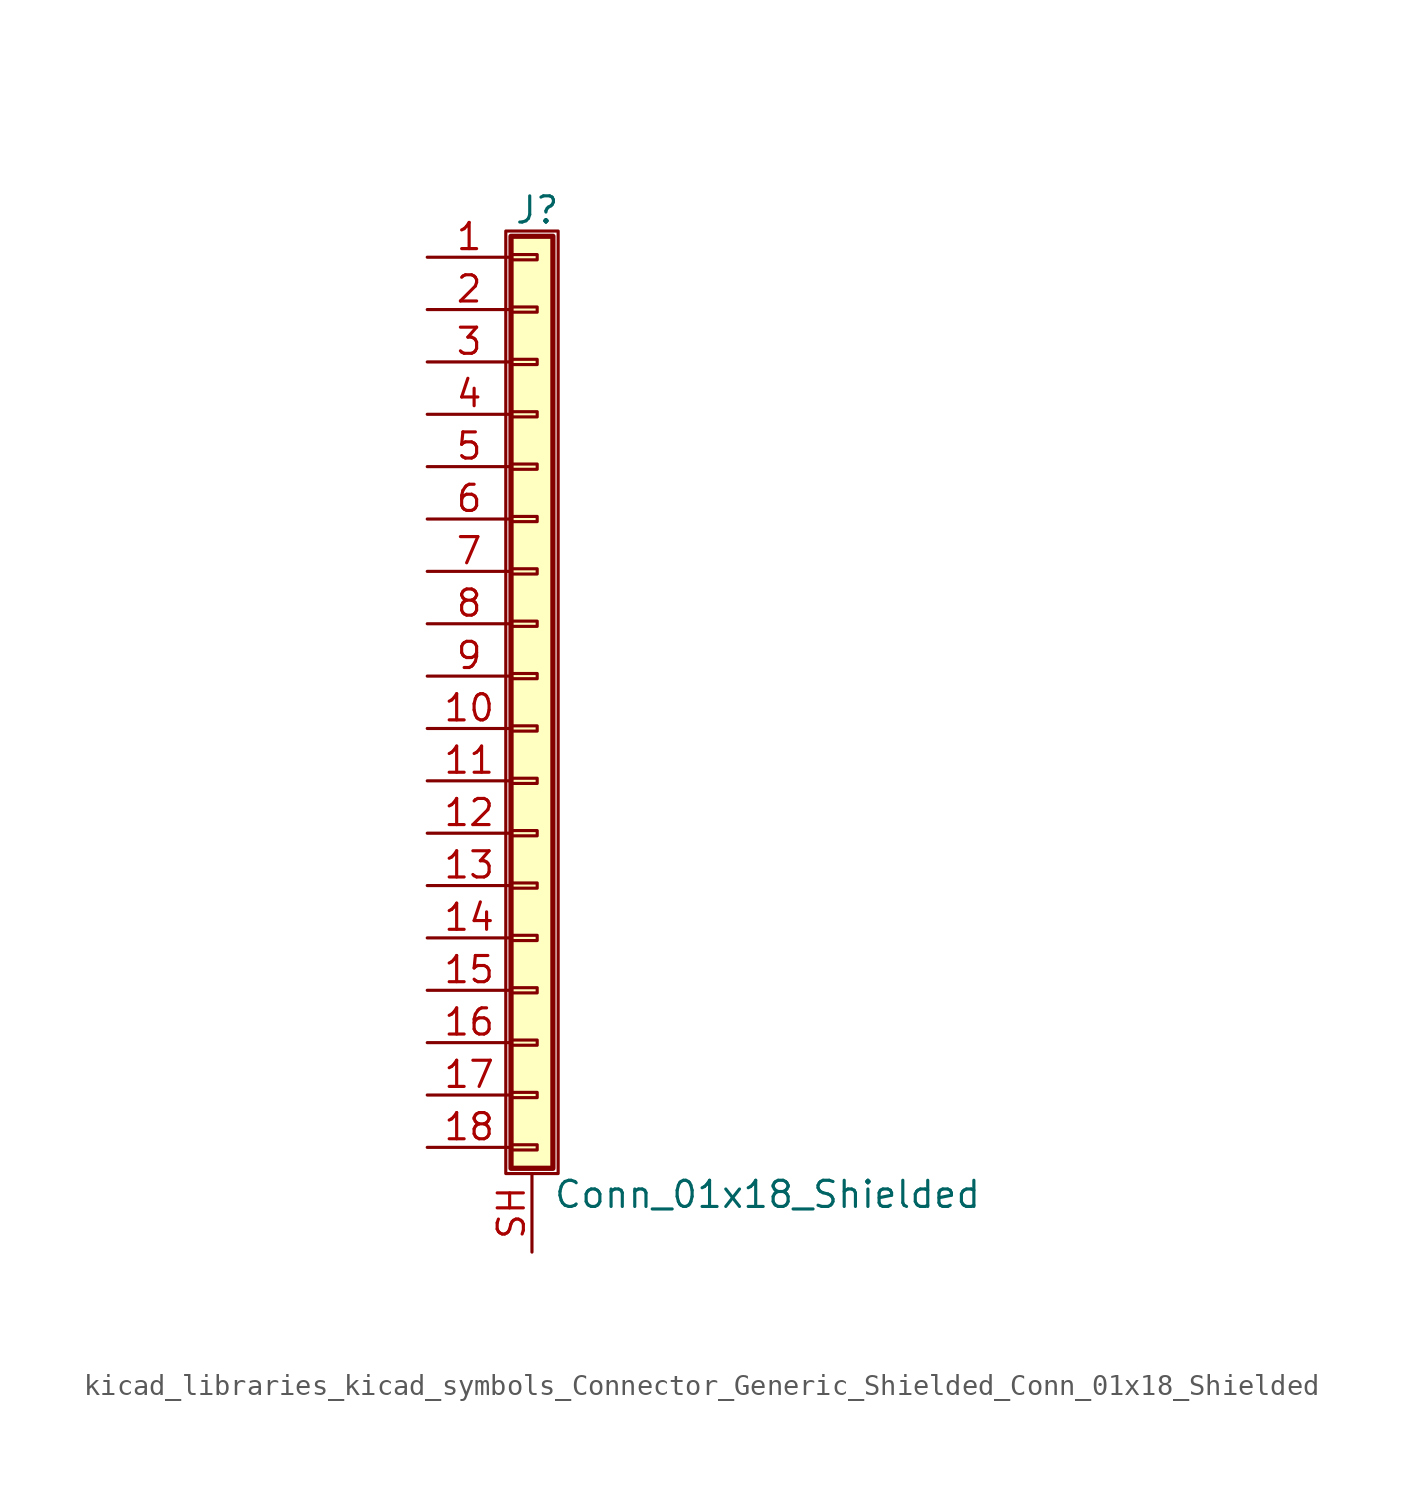
<source format=kicad_sym>
(kicad_symbol_lib
  (version 20220914)
  (generator kicad_symbol_editor)
  (symbol "kicad_libraries_kicad_symbols_Connector_Generic_Shielded_Conn_01x18_Shielded"
    (pin_names
      (offset 1.016) hide)
    (property "Reference" "J"
      (at 0.254 22.606 0)
      (effects (font (size 1.27 1.27))))
    (property "Value" "Conn_01x18_Shielded"
      (at 1.016 -25.146 0)
      (effects (font (size 1.27 1.27)) (justify left)))
    (symbol "kicad_libraries_kicad_symbols_Connector_Generic_Shielded_Conn_01x18_Shielded_1_1"
      (rectangle (start -1.27 21.59) (end 1.27 -24.13) (stroke (width 0.152) (type default)) (fill (type none)))
      (rectangle (start -1.016 -22.733) (end 0.254 -22.987) (stroke (width 0.152) (type default)) (fill (type none)))
      (rectangle (start -1.016 -20.193) (end 0.254 -20.447) (stroke (width 0.152) (type default)) (fill (type none)))
      (rectangle (start -1.016 -17.653) (end 0.254 -17.907) (stroke (width 0.152) (type default)) (fill (type none)))
      (rectangle (start -1.016 -15.113) (end 0.254 -15.367) (stroke (width 0.152) (type default)) (fill (type none)))
      (rectangle (start -1.016 -12.573) (end 0.254 -12.827) (stroke (width 0.152) (type default)) (fill (type none)))
      (rectangle (start -1.016 -10.033) (end 0.254 -10.287) (stroke (width 0.152) (type default)) (fill (type none)))
      (rectangle (start -1.016 -7.493) (end 0.254 -7.747) (stroke (width 0.152) (type default)) (fill (type none)))
      (rectangle (start -1.016 -4.953) (end 0.254 -5.207) (stroke (width 0.152) (type default)) (fill (type none)))
      (rectangle (start -1.016 -2.413) (end 0.254 -2.667) (stroke (width 0.152) (type default)) (fill (type none)))
      (rectangle (start -1.016 0.127) (end 0.254 -0.127) (stroke (width 0.152) (type default)) (fill (type none)))
      (rectangle (start -1.016 2.667) (end 0.254 2.413) (stroke (width 0.152) (type default)) (fill (type none)))
      (rectangle (start -1.016 5.207) (end 0.254 4.953) (stroke (width 0.152) (type default)) (fill (type none)))
      (rectangle (start -1.016 7.747) (end 0.254 7.493) (stroke (width 0.152) (type default)) (fill (type none)))
      (rectangle (start -1.016 10.287) (end 0.254 10.033) (stroke (width 0.152) (type default)) (fill (type none)))
      (rectangle (start -1.016 12.827) (end 0.254 12.573) (stroke (width 0.152) (type default)) (fill (type none)))
      (rectangle (start -1.016 15.367) (end 0.254 15.113) (stroke (width 0.152) (type default)) (fill (type none)))
      (rectangle (start -1.016 17.907) (end 0.254 17.653) (stroke (width 0.152) (type default)) (fill (type none)))
      (rectangle (start -1.016 20.447) (end 0.254 20.193) (stroke (width 0.152) (type default)) (fill (type none)))
      (rectangle (start -1.016 21.336) (end 1.016 -23.876) (stroke (width 0.254) (type default)) (fill (type background)))
      (pin passive line (at -5.08 20.32 0) (length 4.064) (name "Pin_1" (effects (font (size 1.27 1.27)))) (number "1" (effects (font (size 1.27 1.27)))))
      (pin passive line (at -5.08 -2.54 0) (length 4.064) (name "Pin_10" (effects (font (size 1.27 1.27)))) (number "10" (effects (font (size 1.27 1.27)))))
      (pin passive line (at -5.08 -5.08 0) (length 4.064) (name "Pin_11" (effects (font (size 1.27 1.27)))) (number "11" (effects (font (size 1.27 1.27)))))
      (pin passive line (at -5.08 -7.62 0) (length 4.064) (name "Pin_12" (effects (font (size 1.27 1.27)))) (number "12" (effects (font (size 1.27 1.27)))))
      (pin passive line (at -5.08 -10.16 0) (length 4.064) (name "Pin_13" (effects (font (size 1.27 1.27)))) (number "13" (effects (font (size 1.27 1.27)))))
      (pin passive line (at -5.08 -12.7 0) (length 4.064) (name "Pin_14" (effects (font (size 1.27 1.27)))) (number "14" (effects (font (size 1.27 1.27)))))
      (pin passive line (at -5.08 -15.24 0) (length 4.064) (name "Pin_15" (effects (font (size 1.27 1.27)))) (number "15" (effects (font (size 1.27 1.27)))))
      (pin passive line (at -5.08 -17.78 0) (length 4.064) (name "Pin_16" (effects (font (size 1.27 1.27)))) (number "16" (effects (font (size 1.27 1.27)))))
      (pin passive line (at -5.08 -20.32 0) (length 4.064) (name "Pin_17" (effects (font (size 1.27 1.27)))) (number "17" (effects (font (size 1.27 1.27)))))
      (pin passive line (at -5.08 -22.86 0) (length 4.064) (name "Pin_18" (effects (font (size 1.27 1.27)))) (number "18" (effects (font (size 1.27 1.27)))))
      (pin passive line (at -5.08 17.78 0) (length 4.064) (name "Pin_2" (effects (font (size 1.27 1.27)))) (number "2" (effects (font (size 1.27 1.27)))))
      (pin passive line (at -5.08 15.24 0) (length 4.064) (name "Pin_3" (effects (font (size 1.27 1.27)))) (number "3" (effects (font (size 1.27 1.27)))))
      (pin passive line (at -5.08 12.7 0) (length 4.064) (name "Pin_4" (effects (font (size 1.27 1.27)))) (number "4" (effects (font (size 1.27 1.27)))))
      (pin passive line (at -5.08 10.16 0) (length 4.064) (name "Pin_5" (effects (font (size 1.27 1.27)))) (number "5" (effects (font (size 1.27 1.27)))))
      (pin passive line (at -5.08 7.62 0) (length 4.064) (name "Pin_6" (effects (font (size 1.27 1.27)))) (number "6" (effects (font (size 1.27 1.27)))))
      (pin passive line (at -5.08 5.08 0) (length 4.064) (name "Pin_7" (effects (font (size 1.27 1.27)))) (number "7" (effects (font (size 1.27 1.27)))))
      (pin passive line (at -5.08 2.54 0) (length 4.064) (name "Pin_8" (effects (font (size 1.27 1.27)))) (number "8" (effects (font (size 1.27 1.27)))))
      (pin passive line (at -5.08 0 0) (length 4.064) (name "Pin_9" (effects (font (size 1.27 1.27)))) (number "9" (effects (font (size 1.27 1.27)))))
      (pin passive line (at 0 -27.94 90) (length 3.81) (name "Shield" (effects (font (size 1.27 1.27)))) (number "SH" (effects (font (size 1.27 1.27))))))))
</source>
